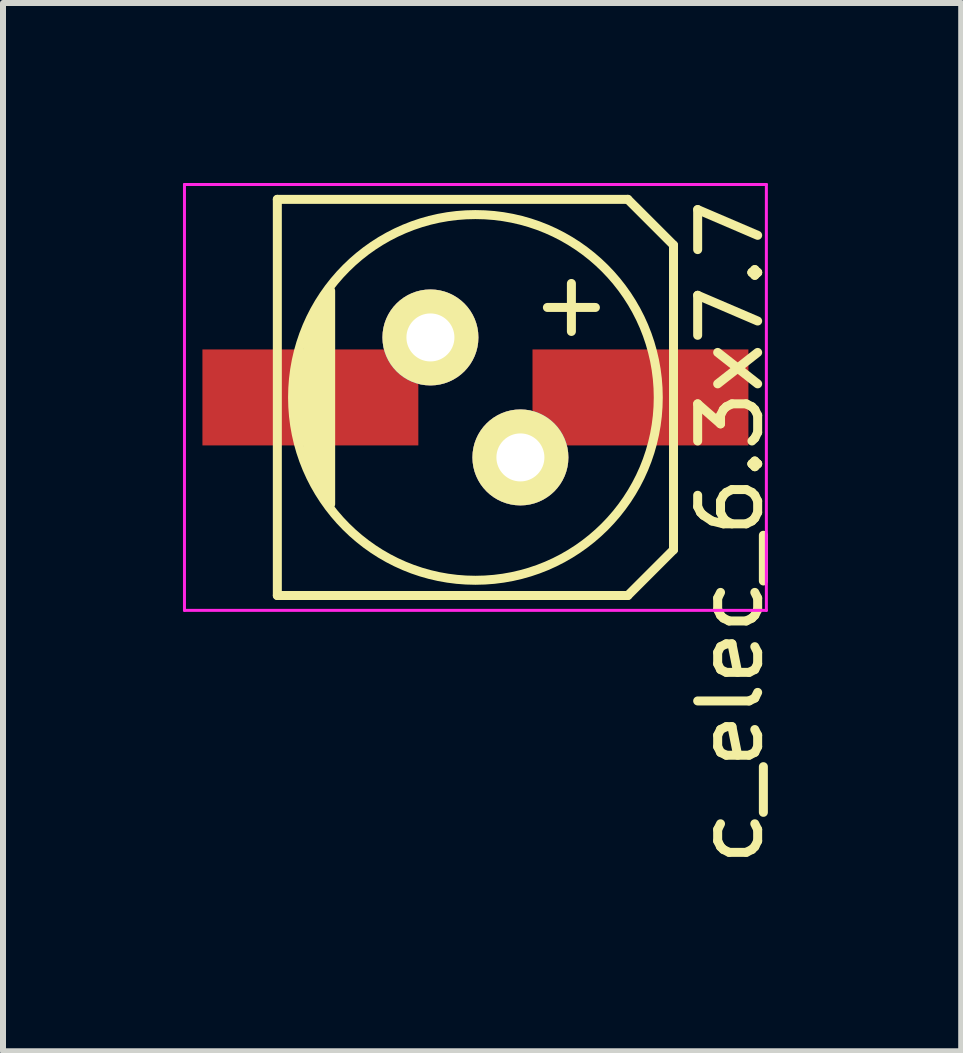
<source format=kicad_pcb>
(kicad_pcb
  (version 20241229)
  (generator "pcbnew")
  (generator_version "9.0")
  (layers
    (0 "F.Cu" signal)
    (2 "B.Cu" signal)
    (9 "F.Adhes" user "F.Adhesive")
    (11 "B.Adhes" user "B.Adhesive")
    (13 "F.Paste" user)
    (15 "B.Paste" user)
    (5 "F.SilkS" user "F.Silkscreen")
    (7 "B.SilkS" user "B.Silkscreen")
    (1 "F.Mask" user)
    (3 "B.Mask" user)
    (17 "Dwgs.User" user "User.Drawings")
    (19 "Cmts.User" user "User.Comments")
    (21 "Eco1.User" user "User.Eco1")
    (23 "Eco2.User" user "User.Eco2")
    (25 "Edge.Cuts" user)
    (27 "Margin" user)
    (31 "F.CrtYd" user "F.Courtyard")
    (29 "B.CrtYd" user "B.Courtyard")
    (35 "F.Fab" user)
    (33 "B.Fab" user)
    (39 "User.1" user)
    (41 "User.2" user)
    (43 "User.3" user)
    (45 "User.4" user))
  (footprint "c_elec_6.3x7.7"
    (layer "F.Cu")
    (at 4.875 3.575)
    (property "Reference" "c_elec_6.3x7.7" (at 4.25 2.25 90) (layer "F.SilkS") (effects (font (size 1 1) (thickness 0.15))))
    (attr smd)
    (fp_line (start -3.302 -3.302) (end -3.302 3.302) (stroke (width 0.15) (type solid)) (layer "F.SilkS"))
    (fp_line (start -3.302 3.302) (end 2.54 3.302) (stroke (width 0.15) (type solid)) (layer "F.SilkS"))
    (fp_line (start -2.921 -0.762) (end -2.921 0.762) (stroke (width 0.15) (type solid)) (layer "F.SilkS"))
    (fp_line (start -2.794 1.143) (end -2.794 -1.143) (stroke (width 0.15) (type solid)) (layer "F.SilkS"))
    (fp_line (start -2.667 -1.397) (end -2.667 1.397) (stroke (width 0.15) (type solid)) (layer "F.SilkS"))
    (fp_line (start -2.54 1.651) (end -2.54 -1.651) (stroke (width 0.15) (type solid)) (layer "F.SilkS"))
    (fp_line (start -2.413 -1.778) (end -2.413 1.778) (stroke (width 0.15) (type solid)) (layer "F.SilkS"))
    (fp_line (start 1.6 -1.9) (end 1.6 -1.1) (stroke (width 0.15) (type solid)) (layer "F.SilkS"))
    (fp_line (start 2 -1.5) (end 1.2 -1.5) (stroke (width 0.15) (type solid)) (layer "F.SilkS"))
    (fp_line (start 2.54 -3.302) (end -3.302 -3.302) (stroke (width 0.15) (type solid)) (layer "F.SilkS"))
    (fp_line (start 2.54 3.302) (end 3.302 2.54) (stroke (width 0.15) (type solid)) (layer "F.SilkS"))
    (fp_line (start 3.302 -2.54) (end 2.54 -3.302) (stroke (width 0.15) (type solid)) (layer "F.SilkS"))
    (fp_line (start 3.302 2.54) (end 3.302 -2.54) (stroke (width 0.15) (type solid)) (layer "F.SilkS"))
    (fp_circle (center 0 0) (end -3.048 0) (stroke (width 0.15) (type solid)) (fill no) (layer "F.SilkS"))
    (fp_line (start -4.85 -3.55) (end 4.85 -3.55) (stroke (width 0.05) (type solid)) (layer "F.CrtYd"))
    (fp_line (start -4.85 3.55) (end -4.85 -3.55) (stroke (width 0.05) (type solid)) (layer "F.CrtYd"))
    (fp_line (start 4.85 -3.55) (end 4.85 3.55) (stroke (width 0.05) (type solid)) (layer "F.CrtYd"))
    (fp_line (start 4.85 3.55) (end -4.85 3.55) (stroke (width 0.05) (type solid)) (layer "F.CrtYd"))
    (pad "1" thru_hole circle (at 0.75 1) (size 1.6 1.6) (drill 0.8) (layers "*.Cu" "*.Mask" "F.SilkS"))
    (pad "1" smd rect (at 2.751 0) (size 3.599 1.6) (layers "F.Cu" "F.Mask" "F.Paste"))
    (pad "2" smd rect (at -2.751 0) (size 3.599 1.6) (layers "F.Cu" "F.Mask" "F.Paste"))
    (pad "2" thru_hole circle (at -0.75 -1) (size 1.6 1.6) (drill 0.8) (layers "*.Cu" "*.Mask" "F.SilkS")))
  (gr_rect
    (start -3 -3)
    (end 12.973 14.474)
    (stroke (width 0.1) (type default))
    (fill no)
    (layer "Edge.Cuts")))
</source>
